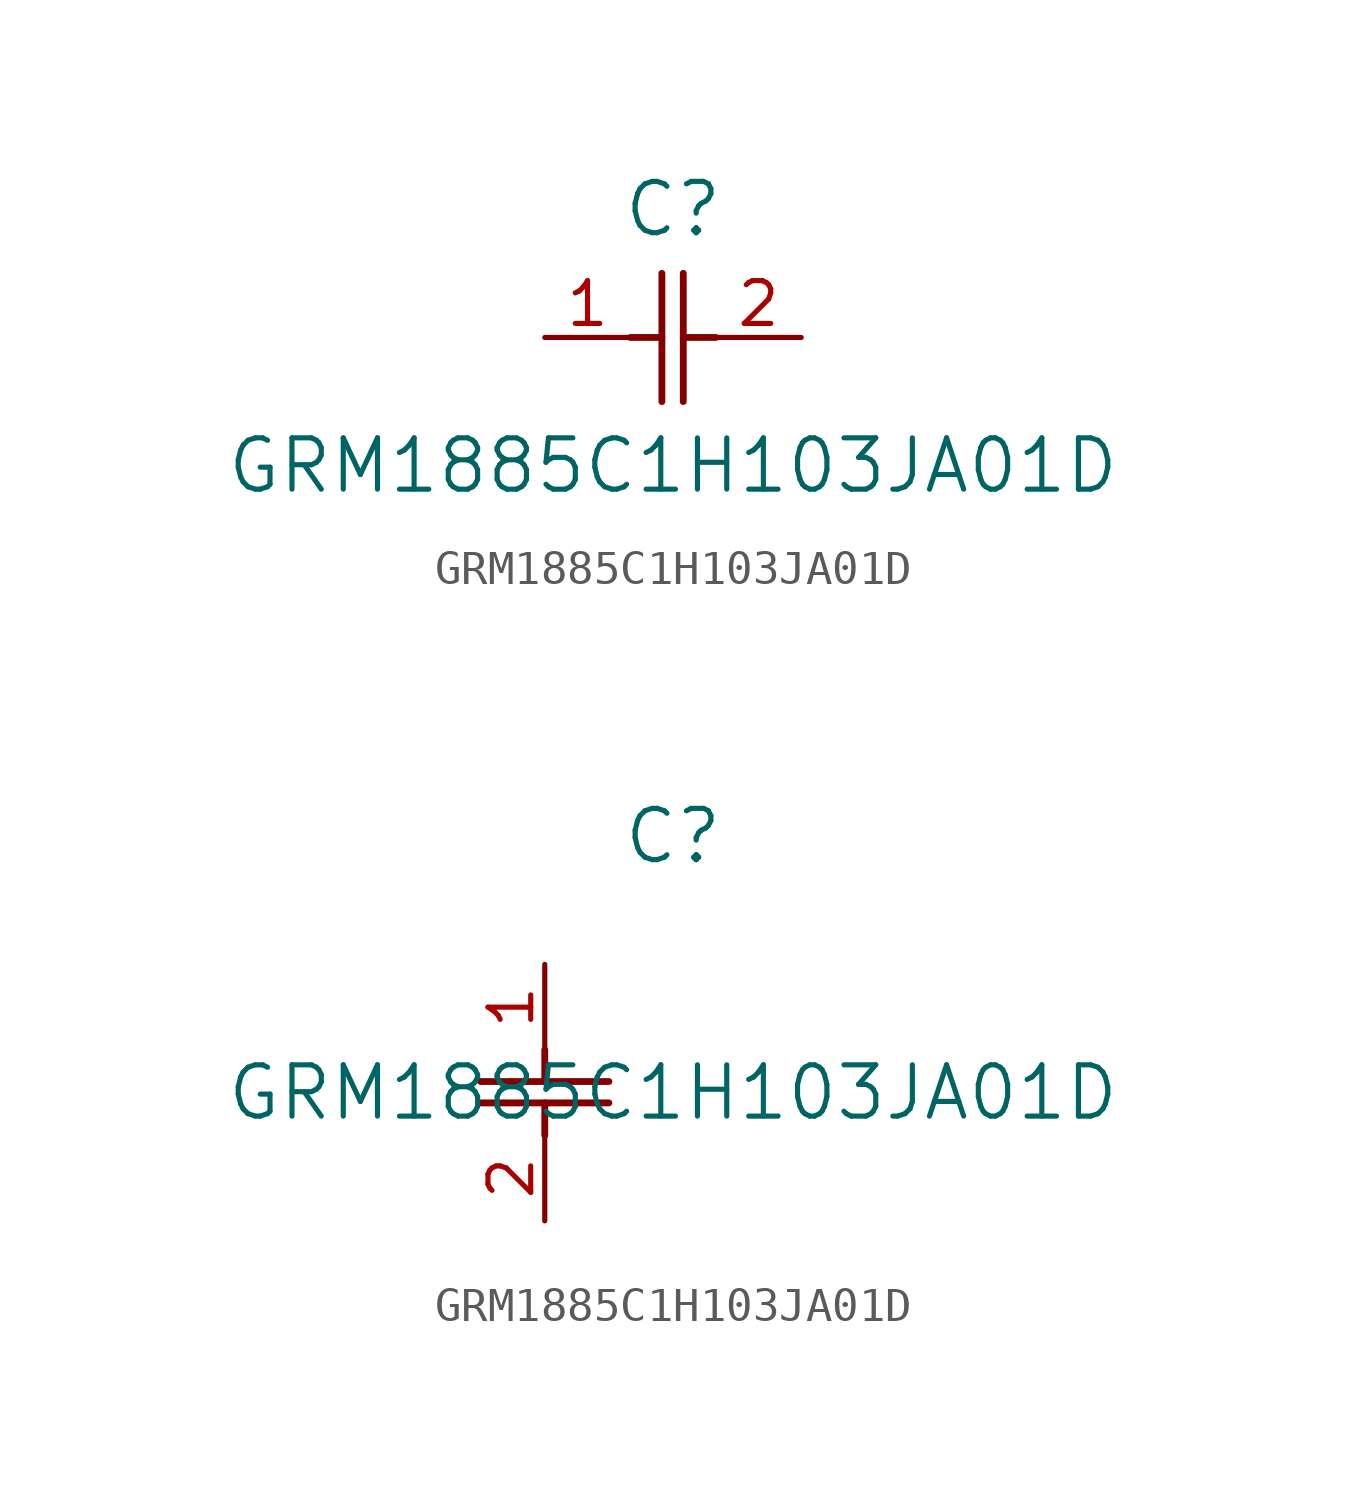
<source format=kicad_sym>
(kicad_symbol_lib
  (version 20241209)
  (generator "kicad_symbol_editor")
  (generator_version "9.0")
  (symbol "GRM1885C1H103JA01D"
    (pin_names
      (offset 0.254))
    (property "Reference" "C"
      (at 3.81 3.81 0)
      (effects (font (size 1.524 1.524))))
    (property "Value" "GRM1885C1H103JA01D"
      (at 3.81 -3.81 0)
      (effects (font (size 1.524 1.524))))
    (symbol "GRM1885C1H103JA01D_1_1"
      (polyline (pts (xy 2.54 0) (xy 3.48 0)) (stroke (width 0.203) (type default)) (fill (type none)))
      (polyline (pts (xy 3.48 -1.905) (xy 3.48 1.905)) (stroke (width 0.203) (type default)) (fill (type none)))
      (polyline (pts (xy 4.115 0) (xy 5.08 0)) (stroke (width 0.203) (type default)) (fill (type none)))
      (polyline (pts (xy 4.115 -1.905) (xy 4.115 1.905)) (stroke (width 0.203) (type default)) (fill (type none)))
      (pin unspecified line (at 0 0 0) (length 2.54) (name "" (effects (font (size 1.27 1.27)))) (number "1" (effects (font (size 1.27 1.27)))))
      (pin unspecified line (at 7.62 0 180) (length 2.54) (name "" (effects (font (size 1.27 1.27)))) (number "2" (effects (font (size 1.27 1.27))))))
    (symbol "GRM1885C1H103JA01D_1_2"
      (polyline (pts (xy -1.905 -3.48) (xy 1.905 -3.48)) (stroke (width 0.203) (type default)) (fill (type none)))
      (polyline (pts (xy -1.905 -4.115) (xy 1.905 -4.115)) (stroke (width 0.203) (type default)) (fill (type none)))
      (polyline (pts (xy 0 -2.54) (xy 0 -3.48)) (stroke (width 0.203) (type default)) (fill (type none)))
      (polyline (pts (xy 0 -4.115) (xy 0 -5.08)) (stroke (width 0.203) (type default)) (fill (type none)))
      (pin unspecified line (at 0 0 270) (length 2.54) (name "" (effects (font (size 1.27 1.27)))) (number "1" (effects (font (size 1.27 1.27)))))
      (pin unspecified line (at 0 -7.62 90) (length 2.54) (name "" (effects (font (size 1.27 1.27)))) (number "2" (effects (font (size 1.27 1.27))))))))
</source>
